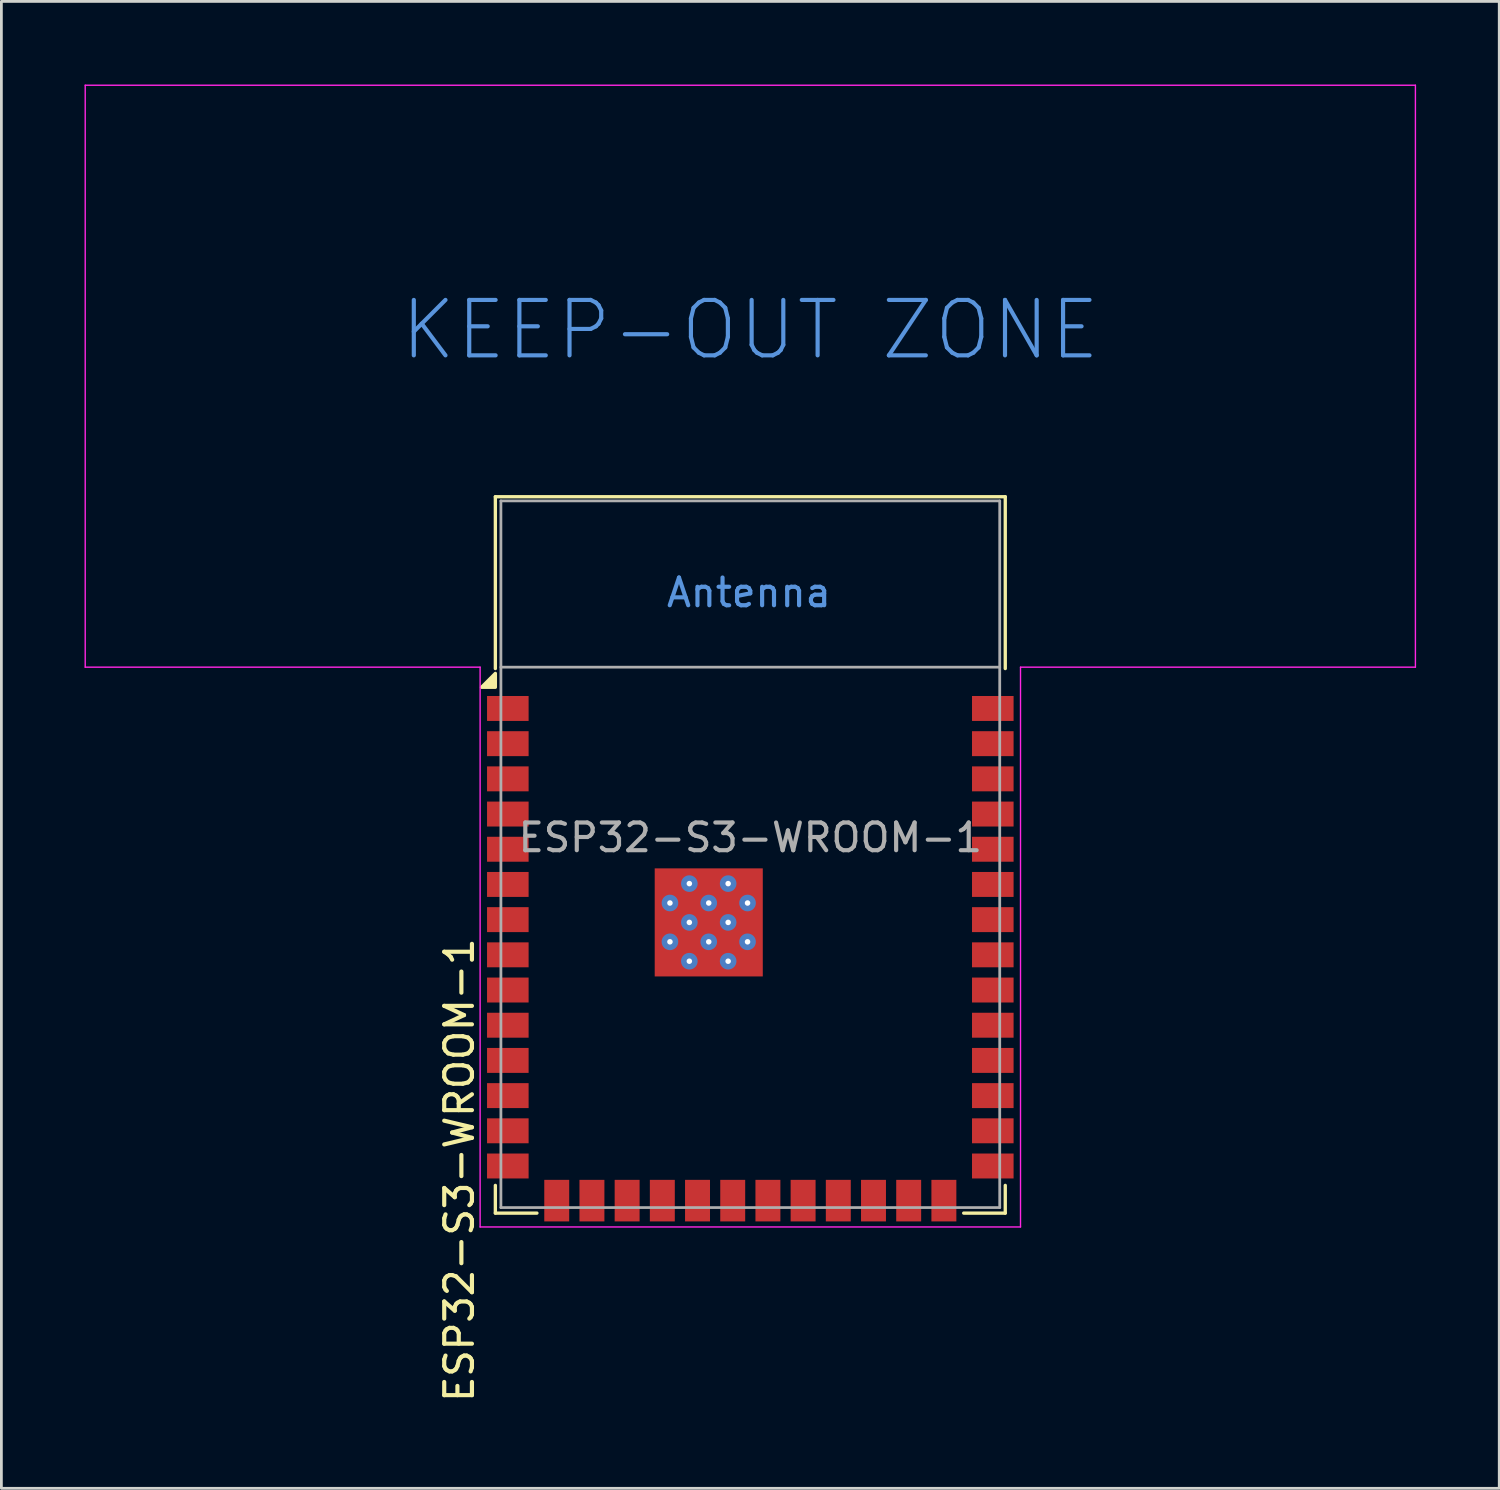
<source format=kicad_pcb>
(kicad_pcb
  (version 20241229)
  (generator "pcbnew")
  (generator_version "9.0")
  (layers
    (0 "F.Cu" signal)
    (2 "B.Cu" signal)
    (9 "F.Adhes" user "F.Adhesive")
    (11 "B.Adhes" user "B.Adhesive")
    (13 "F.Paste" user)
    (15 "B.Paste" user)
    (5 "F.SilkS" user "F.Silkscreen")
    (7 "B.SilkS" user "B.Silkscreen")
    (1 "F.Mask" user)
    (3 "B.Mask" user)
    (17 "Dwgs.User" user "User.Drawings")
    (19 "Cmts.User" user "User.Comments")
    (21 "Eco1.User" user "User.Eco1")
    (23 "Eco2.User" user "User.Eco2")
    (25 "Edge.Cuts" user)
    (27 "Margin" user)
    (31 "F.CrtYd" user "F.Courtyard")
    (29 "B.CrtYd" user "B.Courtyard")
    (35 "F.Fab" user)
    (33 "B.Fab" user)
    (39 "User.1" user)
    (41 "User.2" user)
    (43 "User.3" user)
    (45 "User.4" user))
  (footprint "ESP32-S3-WROOM-1"
    (layer "F.Cu")
    (at 24.025 27.775)
    (property "Reference" "ESP32-S3-WROOM-1" (at -10.5 11.4 90) (unlocked yes) (layer "F.SilkS") (effects (font (size 1 1) (thickness 0.15))))
    (attr smd)
    (fp_line (start -9.2 -12.9) (end -9.2 -6.7) (stroke (width 0.12) (type solid)) (layer "F.SilkS"))
    (fp_line (start -9.2 -12.9) (end 9.2 -12.9) (stroke (width 0.12) (type solid)) (layer "F.SilkS"))
    (fp_line (start -9.2 11.95) (end -9.2 12.95) (stroke (width 0.12) (type solid)) (layer "F.SilkS"))
    (fp_line (start -9.2 12.95) (end -7.7 12.95) (stroke (width 0.12) (type solid)) (layer "F.SilkS"))
    (fp_line (start 9.2 -12.9) (end 9.2 -6.7) (stroke (width 0.12) (type solid)) (layer "F.SilkS"))
    (fp_line (start 9.2 12.95) (end 7.7 12.95) (stroke (width 0.12) (type solid)) (layer "F.SilkS"))
    (fp_line (start 9.2 12.95) (end 9.2 11.95) (stroke (width 0.12) (type solid)) (layer "F.SilkS"))
    (fp_poly (pts (xy -9.2 -6.025) (xy -9.7 -6.025) (xy -9.2 -6.525) (xy -9.2 -6.025)) (stroke (width 0.12) (type solid)) (fill yes) (layer "F.SilkS"))
    (fp_line (start -24 -27.75) (end -24 -6.75) (stroke (width 0.05) (type solid)) (layer "F.CrtYd"))
    (fp_line (start -24 -6.75) (end -9.75 -6.75) (stroke (width 0.05) (type solid)) (layer "F.CrtYd"))
    (fp_line (start -9.75 13.45) (end -9.75 -6.75) (stroke (width 0.05) (type solid)) (layer "F.CrtYd"))
    (fp_line (start -9.75 13.45) (end 9.75 13.45) (stroke (width 0.05) (type solid)) (layer "F.CrtYd"))
    (fp_line (start 9.75 -6.75) (end 9.75 13.45) (stroke (width 0.05) (type solid)) (layer "F.CrtYd"))
    (fp_line (start 9.75 -6.75) (end 24 -6.75) (stroke (width 0.05) (type solid)) (layer "F.CrtYd"))
    (fp_line (start 24 -27.75) (end -24 -27.75) (stroke (width 0.05) (type solid)) (layer "F.CrtYd"))
    (fp_line (start 24 -6.75) (end 24 -27.75) (stroke (width 0.05) (type solid)) (layer "F.CrtYd"))
    (fp_line (start -9 -12.75) (end 9 -12.75) (stroke (width 0.1) (type solid)) (layer "F.Fab"))
    (fp_line (start -9 -6.75) (end 9 -6.75) (stroke (width 0.1) (type solid)) (layer "F.Fab"))
    (fp_line (start -9 12.75) (end -9 -12.75) (stroke (width 0.1) (type solid)) (layer "F.Fab"))
    (fp_line (start -9 12.75) (end 9 12.75) (stroke (width 0.1) (type solid)) (layer "F.Fab"))
    (fp_line (start 9 12.75) (end 9 -12.75) (stroke (width 0.1) (type solid)) (layer "F.Fab"))
    (fp_text user "Antenna" (at -0.05 -9.44 0) (layer "Cmts.User") (effects (font (size 1 1) (thickness 0.15))))
    (fp_text user "KEEP-OUT ZONE" (at 0 -18.92 0) (layer "Cmts.User") (effects (font (size 2 2) (thickness 0.15))))
    (fp_text user "${REFERENCE}" (at 0 -0.6 0) (unlocked yes) (layer "F.Fab") (effects (font (size 1 1) (thickness 0.15))))
    (pad "" smd rect (at -2.9 1.06) (size 0.9 0.9) (layers "F.Paste"))
    (pad "" smd rect (at -2.9 2.46 270) (size 0.9 0.9) (layers "F.Paste"))
    (pad "" smd rect (at -2.9 3.86) (size 0.9 0.9) (layers "F.Paste"))
    (pad "" smd rect (at -1.5 1.06 270) (size 0.9 0.9) (layers "F.Paste"))
    (pad "" smd rect (at -1.5 2.46 270) (size 0.9 0.9) (layers "F.Paste"))
    (pad "" smd rect (at -1.5 3.86 270) (size 0.9 0.9) (layers "F.Paste"))
    (pad "" smd rect (at -0.1 1.06 270) (size 0.9 0.9) (layers "F.Paste"))
    (pad "" smd rect (at -0.1 2.46 270) (size 0.9 0.9) (layers "F.Paste"))
    (pad "" smd rect (at -0.1 3.86 270) (size 0.9 0.9) (layers "F.Paste"))
    (pad "1" smd rect (at -8.75 -5.26) (size 1.5 0.9) (layers "F.Cu" "F.Mask" "F.Paste"))
    (pad "2" smd rect (at -8.75 -3.99) (size 1.5 0.9) (layers "F.Cu" "F.Mask" "F.Paste"))
    (pad "3" smd rect (at -8.75 -2.72) (size 1.5 0.9) (layers "F.Cu" "F.Mask" "F.Paste"))
    (pad "4" smd rect (at -8.75 -1.45) (size 1.5 0.9) (layers "F.Cu" "F.Mask" "F.Paste"))
    (pad "5" smd rect (at -8.75 -0.18) (size 1.5 0.9) (layers "F.Cu" "F.Mask" "F.Paste"))
    (pad "6" smd rect (at -8.75 1.09) (size 1.5 0.9) (layers "F.Cu" "F.Mask" "F.Paste"))
    (pad "7" smd rect (at -8.75 2.36) (size 1.5 0.9) (layers "F.Cu" "F.Mask" "F.Paste"))
    (pad "8" smd rect (at -8.75 3.63) (size 1.5 0.9) (layers "F.Cu" "F.Mask" "F.Paste"))
    (pad "9" smd rect (at -8.75 4.9) (size 1.5 0.9) (layers "F.Cu" "F.Mask" "F.Paste"))
    (pad "10" smd rect (at -8.75 6.17) (size 1.5 0.9) (layers "F.Cu" "F.Mask" "F.Paste"))
    (pad "11" smd rect (at -8.75 7.44) (size 1.5 0.9) (layers "F.Cu" "F.Mask" "F.Paste"))
    (pad "12" smd rect (at -8.75 8.71) (size 1.5 0.9) (layers "F.Cu" "F.Mask" "F.Paste"))
    (pad "13" smd rect (at -8.75 9.98) (size 1.5 0.9) (layers "F.Cu" "F.Mask" "F.Paste"))
    (pad "14" smd rect (at -8.75 11.25 180) (size 1.5 0.9) (layers "F.Cu" "F.Mask" "F.Paste"))
    (pad "15" smd rect (at -6.985 12.5 270) (size 1.5 0.9) (layers "F.Cu" "F.Mask" "F.Paste"))
    (pad "16" smd rect (at -5.715 12.5 270) (size 1.5 0.9) (layers "F.Cu" "F.Mask" "F.Paste"))
    (pad "17" smd rect (at -4.445 12.5 270) (size 1.5 0.9) (layers "F.Cu" "F.Mask" "F.Paste"))
    (pad "18" smd rect (at -3.175 12.5 270) (size 1.5 0.9) (layers "F.Cu" "F.Mask" "F.Paste"))
    (pad "19" smd rect (at -1.905 12.5 270) (size 1.5 0.9) (layers "F.Cu" "F.Mask" "F.Paste"))
    (pad "20" smd rect (at -0.635 12.5 270) (size 1.5 0.9) (layers "F.Cu" "F.Mask" "F.Paste"))
    (pad "21" smd rect (at 0.635 12.5 270) (size 1.5 0.9) (layers "F.Cu" "F.Mask" "F.Paste"))
    (pad "22" smd rect (at 1.905 12.5 270) (size 1.5 0.9) (layers "F.Cu" "F.Mask" "F.Paste"))
    (pad "23" smd rect (at 3.175 12.5 270) (size 1.5 0.9) (layers "F.Cu" "F.Mask" "F.Paste"))
    (pad "24" smd rect (at 4.445 12.5 270) (size 1.5 0.9) (layers "F.Cu" "F.Mask" "F.Paste"))
    (pad "25" smd rect (at 5.715 12.5 270) (size 1.5 0.9) (layers "F.Cu" "F.Mask" "F.Paste"))
    (pad "26" smd rect (at 6.985 12.5 270) (size 1.5 0.9) (layers "F.Cu" "F.Mask" "F.Paste"))
    (pad "27" smd rect (at 8.75 11.25) (size 1.5 0.9) (layers "F.Cu" "F.Mask" "F.Paste"))
    (pad "28" smd rect (at 8.75 9.98) (size 1.5 0.9) (layers "F.Cu" "F.Mask" "F.Paste"))
    (pad "29" smd rect (at 8.75 8.71) (size 1.5 0.9) (layers "F.Cu" "F.Mask" "F.Paste"))
    (pad "30" smd rect (at 8.75 7.44) (size 1.5 0.9) (layers "F.Cu" "F.Mask" "F.Paste"))
    (pad "31" smd rect (at 8.75 6.17) (size 1.5 0.9) (layers "F.Cu" "F.Mask" "F.Paste"))
    (pad "32" smd rect (at 8.75 4.9) (size 1.5 0.9) (layers "F.Cu" "F.Mask" "F.Paste"))
    (pad "33" smd rect (at 8.75 3.63) (size 1.5 0.9) (layers "F.Cu" "F.Mask" "F.Paste"))
    (pad "34" smd rect (at 8.75 2.36) (size 1.5 0.9) (layers "F.Cu" "F.Mask" "F.Paste"))
    (pad "35" smd rect (at 8.75 1.09) (size 1.5 0.9) (layers "F.Cu" "F.Mask" "F.Paste"))
    (pad "36" smd rect (at 8.75 -0.18) (size 1.5 0.9) (layers "F.Cu" "F.Mask" "F.Paste"))
    (pad "37" smd rect (at 8.75 -1.45) (size 1.5 0.9) (layers "F.Cu" "F.Mask" "F.Paste"))
    (pad "38" smd rect (at 8.75 -2.72) (size 1.5 0.9) (layers "F.Cu" "F.Mask" "F.Paste"))
    (pad "39" smd rect (at 8.75 -3.99) (size 1.5 0.9) (layers "F.Cu" "F.Mask" "F.Paste"))
    (pad "40" smd rect (at 8.75 -5.26) (size 1.5 0.9) (layers "F.Cu" "F.Mask" "F.Paste"))
    (pad "41" thru_hole circle (at -2.9 1.76 90) (size 0.6 0.6) (drill 0.2) (property pad_prop_heatsink) (layers "*.Cu" "F.Mask"))
    (pad "41" thru_hole circle (at -2.9 3.16) (size 0.6 0.6) (drill 0.2) (property pad_prop_heatsink) (layers "*.Cu" "F.Mask"))
    (pad "41" thru_hole circle (at -2.2 1.06) (size 0.6 0.6) (drill 0.2) (property pad_prop_heatsink) (layers "*.Cu" "F.Mask"))
    (pad "41" thru_hole circle (at -2.2 2.46) (size 0.6 0.6) (drill 0.2) (property pad_prop_heatsink) (layers "*.Cu" "F.Mask"))
    (pad "41" thru_hole circle (at -2.2 3.86) (size 0.6 0.6) (drill 0.2) (property pad_prop_heatsink) (layers "*.Cu" "F.Mask"))
    (pad "41" thru_hole circle (at -1.5 1.76) (size 0.6 0.6) (drill 0.2) (property pad_prop_heatsink) (layers "*.Cu" "F.Mask"))
    (pad "41" smd rect (at -1.5 2.46 270) (size 3.9 3.9) (layers "F.Cu" "F.Mask"))
    (pad "41" thru_hole circle (at -1.5 3.16) (size 0.6 0.6) (drill 0.2) (property pad_prop_heatsink) (layers "*.Cu" "F.Mask"))
    (pad "41" thru_hole circle (at -0.8 1.06) (size 0.6 0.6) (drill 0.2) (property pad_prop_heatsink) (layers "*.Cu" "F.Mask"))
    (pad "41" thru_hole circle (at -0.8 2.46) (size 0.6 0.6) (drill 0.2) (property pad_prop_heatsink) (layers "*.Cu" "F.Mask"))
    (pad "41" thru_hole circle (at -0.8 3.86) (size 0.6 0.6) (drill 0.2) (property pad_prop_heatsink) (layers "*.Cu" "F.Mask"))
    (pad "41" thru_hole circle (at -0.1 1.76) (size 0.6 0.6) (drill 0.2) (property pad_prop_heatsink) (layers "*.Cu" "F.Mask"))
    (pad "41" thru_hole circle (at -0.1 3.16) (size 0.6 0.6) (drill 0.2) (property pad_prop_heatsink) (layers "*.Cu" "F.Mask"))
    (zone (net_name "") (layers "F.Cu" "B.Cu") (hatch full 0.508) (connect_pads) (min_thickness 0.254) (filled_areas_thickness no) (keepout (tracks not_allowed) (vias not_allowed) (pads not_allowed) (copperpour not_allowed) (footprints not_allowed)) (placement (enabled no)) (fill) (polygon (pts (xy 0.025 21.025) (xy 48.025 21.025) (xy 48.025 0.025) (xy 0.025 0.025)))))
  (gr_rect
    (start -3 -3)
    (end 51.05 50.657)
    (stroke (width 0.1) (type default))
    (fill no)
    (layer "Edge.Cuts")))
</source>
